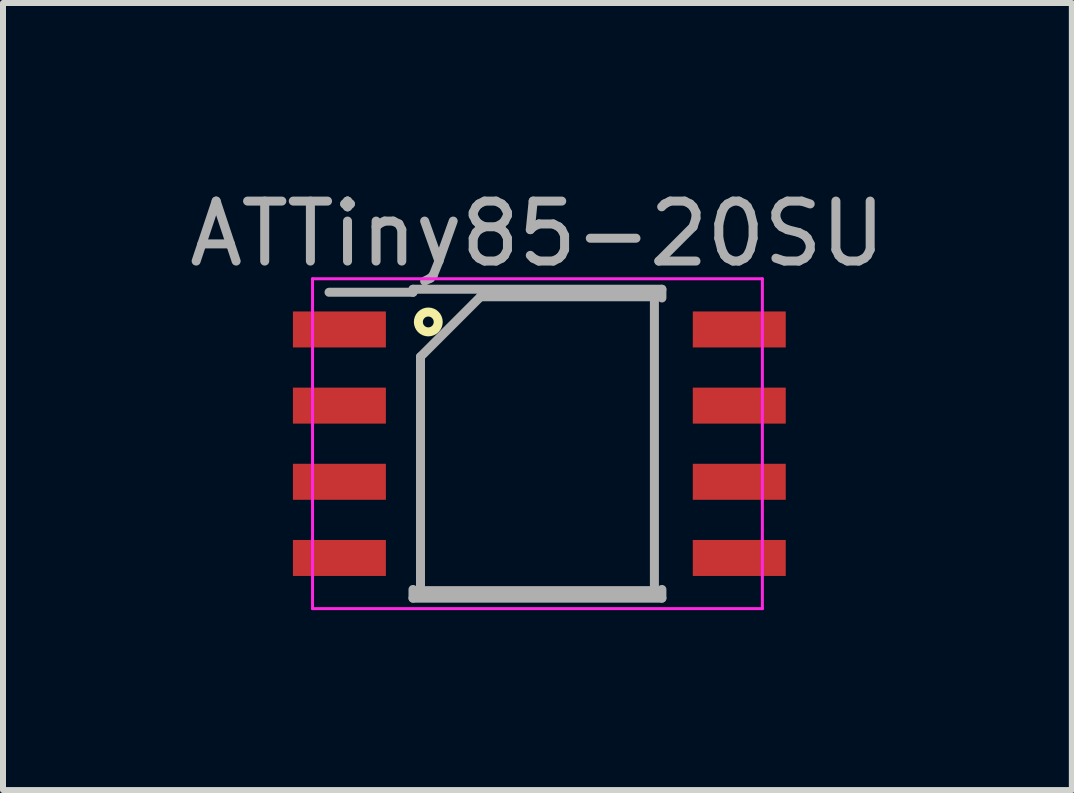
<source format=kicad_pcb>
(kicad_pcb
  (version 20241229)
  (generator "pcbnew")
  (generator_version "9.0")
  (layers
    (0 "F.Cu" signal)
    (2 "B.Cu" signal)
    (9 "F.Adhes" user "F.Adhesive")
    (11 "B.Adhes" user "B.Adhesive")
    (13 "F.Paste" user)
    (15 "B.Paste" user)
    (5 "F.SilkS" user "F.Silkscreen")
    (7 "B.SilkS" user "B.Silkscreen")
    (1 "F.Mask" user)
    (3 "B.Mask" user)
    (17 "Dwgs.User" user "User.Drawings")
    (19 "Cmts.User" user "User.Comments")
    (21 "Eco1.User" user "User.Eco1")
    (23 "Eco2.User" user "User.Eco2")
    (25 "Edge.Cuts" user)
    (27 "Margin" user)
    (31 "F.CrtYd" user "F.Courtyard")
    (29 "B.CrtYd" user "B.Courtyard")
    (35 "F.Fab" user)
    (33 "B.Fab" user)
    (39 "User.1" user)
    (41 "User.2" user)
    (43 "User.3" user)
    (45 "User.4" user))
  (footprint "ATTiny85-20SU"
    (layer "F.Cu")
    (at 5.911 4.348)
    (property "Reference" "ATTiny85-20SU" (at 0 -3.5 0) (layer "F.Fab") (effects (font (size 1 1) (thickness 0.15))))
    (attr smd)
    (fp_circle (center -1.82 -2.03) (end -1.67 -1.96) (stroke (width 0.15) (type solid)) (fill no) (layer "F.SilkS"))
    (fp_line (start -3.75 -2.75) (end -3.75 2.75) (stroke (width 0.05) (type solid)) (layer "F.CrtYd"))
    (fp_line (start -3.75 -2.75) (end 3.75 -2.75) (stroke (width 0.05) (type solid)) (layer "F.CrtYd"))
    (fp_line (start -3.75 2.75) (end 3.75 2.75) (stroke (width 0.05) (type solid)) (layer "F.CrtYd"))
    (fp_line (start 3.75 -2.75) (end 3.75 2.75) (stroke (width 0.05) (type solid)) (layer "F.CrtYd"))
    (fp_line (start -2.075 -2.575) (end -2.075 -2.525) (stroke (width 0.15) (type solid)) (layer "F.Fab"))
    (fp_line (start -2.075 -2.575) (end 2.075 -2.575) (stroke (width 0.15) (type solid)) (layer "F.Fab"))
    (fp_line (start -2.075 -2.525) (end -3.475 -2.525) (stroke (width 0.15) (type solid)) (layer "F.Fab"))
    (fp_line (start -2.075 2.575) (end -2.075 2.43) (stroke (width 0.15) (type solid)) (layer "F.Fab"))
    (fp_line (start -2.075 2.575) (end 2.075 2.575) (stroke (width 0.15) (type solid)) (layer "F.Fab"))
    (fp_line (start -1.95 -1.45) (end -0.95 -2.45) (stroke (width 0.15) (type solid)) (layer "F.Fab"))
    (fp_line (start -1.95 2.45) (end -1.95 -1.45) (stroke (width 0.15) (type solid)) (layer "F.Fab"))
    (fp_line (start -0.95 -2.45) (end 1.95 -2.45) (stroke (width 0.15) (type solid)) (layer "F.Fab"))
    (fp_line (start 1.95 -2.45) (end 1.95 2.45) (stroke (width 0.15) (type solid)) (layer "F.Fab"))
    (fp_line (start 1.95 2.45) (end -1.95 2.45) (stroke (width 0.15) (type solid)) (layer "F.Fab"))
    (fp_line (start 2.075 -2.575) (end 2.075 -2.43) (stroke (width 0.15) (type solid)) (layer "F.Fab"))
    (fp_line (start 2.075 2.575) (end 2.075 2.43) (stroke (width 0.15) (type solid)) (layer "F.Fab"))
    (pad "1" smd rect (at -3.302 -1.905) (size 1.55 0.6) (layers "F.Cu" "F.Mask" "F.Paste"))
    (pad "2" smd rect (at -3.302 -0.635) (size 1.55 0.6) (layers "F.Cu" "F.Mask" "F.Paste"))
    (pad "3" smd rect (at -3.302 0.635) (size 1.55 0.6) (layers "F.Cu" "F.Mask" "F.Paste"))
    (pad "4" smd rect (at -3.302 1.905) (size 1.55 0.6) (layers "F.Cu" "F.Mask" "F.Paste"))
    (pad "5" smd rect (at 3.365 1.905) (size 1.55 0.6) (layers "F.Cu" "F.Mask" "F.Paste"))
    (pad "6" smd rect (at 3.365 0.635) (size 1.55 0.6) (layers "F.Cu" "F.Mask" "F.Paste"))
    (pad "7" smd rect (at 3.365 -0.635) (size 1.55 0.6) (layers "F.Cu" "F.Mask" "F.Paste"))
    (pad "8" smd rect (at 3.365 -1.905) (size 1.55 0.6) (layers "F.Cu" "F.Mask" "F.Paste")))
  (gr_rect
    (start -3 -3)
    (end 14.821 10.123)
    (stroke (width 0.1) (type default))
    (fill no)
    (layer "Edge.Cuts")))
</source>
